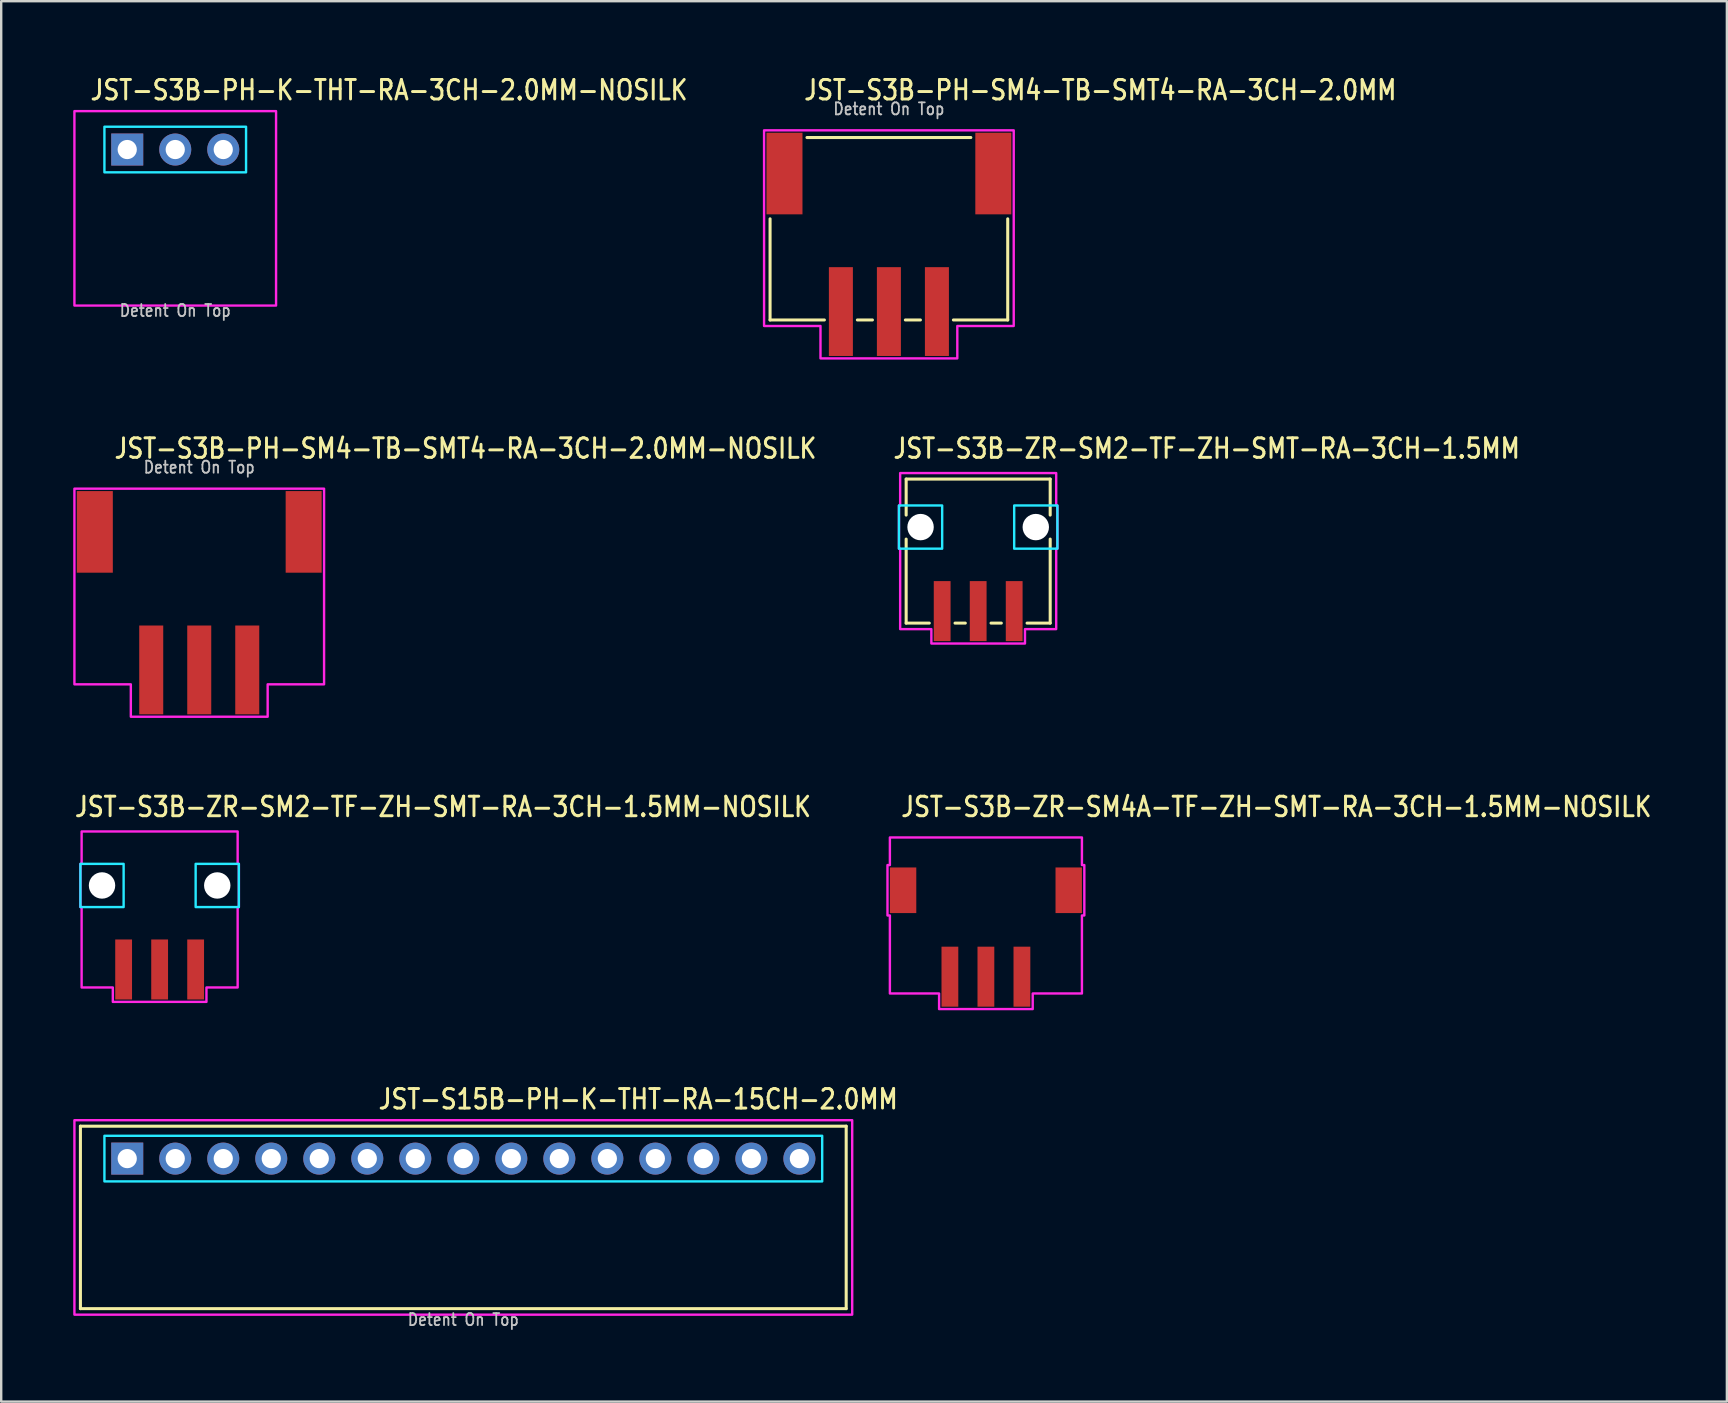
<source format=kicad_pcb>
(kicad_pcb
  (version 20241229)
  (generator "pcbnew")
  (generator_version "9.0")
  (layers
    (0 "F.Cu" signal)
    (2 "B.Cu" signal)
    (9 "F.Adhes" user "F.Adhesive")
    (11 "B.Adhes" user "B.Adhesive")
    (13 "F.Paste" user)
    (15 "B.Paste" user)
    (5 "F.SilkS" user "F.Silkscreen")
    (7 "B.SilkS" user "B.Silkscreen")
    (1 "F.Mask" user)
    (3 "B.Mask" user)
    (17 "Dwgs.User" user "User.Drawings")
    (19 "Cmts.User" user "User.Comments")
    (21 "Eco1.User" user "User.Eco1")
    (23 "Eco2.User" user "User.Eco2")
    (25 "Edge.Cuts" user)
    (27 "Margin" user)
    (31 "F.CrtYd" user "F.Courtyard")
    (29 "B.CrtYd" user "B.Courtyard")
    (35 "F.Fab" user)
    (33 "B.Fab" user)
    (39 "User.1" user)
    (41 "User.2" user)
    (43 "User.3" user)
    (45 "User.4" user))
  (footprint "JST-S15B-PH-K-THT-RA-15CH-2.0MM"
    (layer "F.Cu")
    (at 16.25 45.214)
    (property "Reference" "JST-S15B-PH-K-THT-RA-15CH-2.0MM" (at -3.6 -2 0) (unlocked yes) (layer "F.SilkS") (effects (font (size 0.813 0.695) (thickness 0.122)) (justify left bottom)))
    (fp_line (start -15.95 -1.35) (end 15.95 -1.35) (stroke (width 0.127) (type solid)) (layer "F.SilkS"))
    (fp_line (start -15.95 6.25) (end -15.95 -1.35) (stroke (width 0.127) (type solid)) (layer "F.SilkS"))
    (fp_line (start -15.95 6.25) (end 15.95 6.25) (stroke (width 0.127) (type solid)) (layer "F.SilkS"))
    (fp_line (start 15.95 -1.35) (end 15.95 6.25) (stroke (width 0.127) (type solid)) (layer "F.SilkS"))
    (fp_poly (pts (xy -14.95 -0.95) (xy -14.95 0.95) (xy 14.95 0.95) (xy 14.95 -0.95)) (stroke (width 0.1) (type solid)) (fill no) (layer "B.CrtYd"))
    (fp_poly (pts (xy -16.2 -1.6) (xy -16.2 6.5) (xy 16.2 6.5) (xy 16.2 -1.6)) (stroke (width 0.1) (type solid)) (fill no) (layer "F.CrtYd"))
    (fp_text user "Detent On Top" (at 0 7 0) (unlocked yes) (layer "Dwgs.User") (effects (font (size 0.5 0.427) (thickness 0.075)) (justify bottom)))
    (pad "1" thru_hole rect (at -14 0) (size 1.333 1.333) (drill 0.8) (layers "*.Cu" "*.Mask"))
    (pad "2" thru_hole oval (at -12 0) (size 1.333 1.333) (drill 0.8) (layers "*.Cu" "*.Mask"))
    (pad "3" thru_hole oval (at -10 0) (size 1.333 1.333) (drill 0.8) (layers "*.Cu" "*.Mask"))
    (pad "4" thru_hole oval (at -8 0) (size 1.333 1.333) (drill 0.8) (layers "*.Cu" "*.Mask"))
    (pad "5" thru_hole oval (at -6 0) (size 1.333 1.333) (drill 0.8) (layers "*.Cu" "*.Mask"))
    (pad "6" thru_hole oval (at -4 0) (size 1.333 1.333) (drill 0.8) (layers "*.Cu" "*.Mask"))
    (pad "7" thru_hole oval (at -2 0) (size 1.333 1.333) (drill 0.8) (layers "*.Cu" "*.Mask"))
    (pad "8" thru_hole oval (at 0 0) (size 1.333 1.333) (drill 0.8) (layers "*.Cu" "*.Mask"))
    (pad "9" thru_hole oval (at 2 0) (size 1.333 1.333) (drill 0.8) (layers "*.Cu" "*.Mask"))
    (pad "10" thru_hole oval (at 4 0) (size 1.333 1.333) (drill 0.8) (layers "*.Cu" "*.Mask"))
    (pad "11" thru_hole oval (at 6 0) (size 1.333 1.333) (drill 0.8) (layers "*.Cu" "*.Mask"))
    (pad "12" thru_hole oval (at 8 0) (size 1.333 1.333) (drill 0.8) (layers "*.Cu" "*.Mask"))
    (pad "13" thru_hole oval (at 10 0) (size 1.333 1.333) (drill 0.8) (layers "*.Cu" "*.Mask"))
    (pad "14" thru_hole oval (at 12 0) (size 1.333 1.333) (drill 0.8) (layers "*.Cu" "*.Mask"))
    (pad "15" thru_hole oval (at 14 0) (size 1.333 1.333) (drill 0.8) (layers "*.Cu" "*.Mask")))
  (footprint "JST-S3B-PH-SM4-TB-SMT4-RA-3CH-2.0MM-NOSILK"
    (layer "F.Cu")
    (at 5.25 19.107)
    (property "Reference" "JST-S3B-PH-SM4-TB-SMT4-RA-3CH-2.0MM-NOSILK" (at -3.6 -3 0) (unlocked yes) (layer "F.SilkS") (effects (font (size 0.813 0.695) (thickness 0.122)) (justify left bottom)))
    (fp_poly (pts (xy -5.2 -1.8) (xy -5.2 6.35) (xy -2.85 6.35) (xy -2.85 7.7) (xy 2.85 7.7) (xy 2.85 6.35) (xy 5.2 6.35) (xy 5.2 -1.8)) (stroke (width 0.1) (type solid)) (fill no) (layer "F.CrtYd"))
    (fp_text user "Detent On Top" (at 0 -2.4 0) (unlocked yes) (layer "Dwgs.User") (effects (font (size 0.5 0.427) (thickness 0.075)) (justify bottom)))
    (pad "1" smd rect (at 2 5.75) (size 1 3.7) (layers "F.Cu" "F.Mask" "F.Paste"))
    (pad "2" smd rect (at 0 5.75) (size 1 3.7) (layers "F.Cu" "F.Mask" "F.Paste"))
    (pad "3" smd rect (at -2 5.75) (size 1 3.7) (layers "F.Cu" "F.Mask" "F.Paste"))
    (pad "S_1" smd rect (at -4.35 0) (size 1.5 3.4) (layers "F.Cu" "F.Mask" "F.Paste"))
    (pad "S_2" smd rect (at 4.35 0) (size 1.5 3.4) (layers "F.Cu" "F.Mask" "F.Paste")))
  (footprint "JST-S3B-ZR-SM2-TF-ZH-SMT-RA-3CH-1.5MM-NOSILK"
    (layer "F.Cu")
    (at 3.6 33.836)
    (property "Reference" "JST-S3B-ZR-SM2-TF-ZH-SMT-RA-3CH-1.5MM-NOSILK" (at -3.6 -2.8 0) (unlocked yes) (layer "F.SilkS") (effects (font (size 0.813 0.695) (thickness 0.122)) (justify left bottom)))
    (fp_poly (pts (xy -3.3 -0.9) (xy -3.3 0.9) (xy -1.5 0.9) (xy -1.5 -0.9)) (stroke (width 0.1) (type solid)) (fill no) (layer "B.CrtYd"))
    (fp_poly (pts (xy 3.3 -0.9) (xy 3.3 0.9) (xy 1.5 0.9) (xy 1.5 -0.9)) (stroke (width 0.1) (type solid)) (fill no) (layer "B.CrtYd"))
    (fp_poly (pts (xy -3.25 -2.25) (xy -3.25 -0.9) (xy -3.3 -0.9) (xy -3.3 0.9) (xy -3.25 0.9) (xy -3.25 4.25) (xy -1.95 4.25) (xy -1.95 4.85) (xy 1.95 4.85) (xy 1.95 4.25) (xy 3.25 4.25) (xy 3.25 0.9) (xy 3.3 0.9) (xy 3.3 -0.9) (xy 3.25 -0.9) (xy 3.25 -2.25)) (stroke (width 0.1) (type solid)) (fill no) (layer "F.CrtYd"))
    (pad "" np_thru_hole circle (at -2.4 0) (size 1.1 1.1) (drill 1.1) (layers "*.Cu" "*.Mask"))
    (pad "" np_thru_hole circle (at 2.4 0) (size 1.1 1.1) (drill 1.1) (layers "*.Cu" "*.Mask"))
    (pad "1" smd rect (at 1.5 3.5) (size 0.7 2.5) (layers "F.Cu" "F.Mask" "F.Paste"))
    (pad "2" smd rect (at 0 3.5) (size 0.7 2.5) (layers "F.Cu" "F.Mask" "F.Paste"))
    (pad "3" smd rect (at -1.5 3.5) (size 0.7 2.5) (layers "F.Cu" "F.Mask" "F.Paste")))
  (footprint "JST-S3B-PH-SM4-TB-SMT4-RA-3CH-2.0MM"
    (layer "F.Cu")
    (at 33.979 4.179)
    (property "Reference" "JST-S3B-PH-SM4-TB-SMT4-RA-3CH-2.0MM" (at -3.6 -3 0) (unlocked yes) (layer "F.SilkS") (effects (font (size 0.813 0.695) (thickness 0.122)) (justify left bottom)))
    (fp_line (start -4.95 6.1) (end -4.95 1.887) (stroke (width 0.127) (type solid)) (layer "F.SilkS"))
    (fp_line (start -4.95 6.1) (end -2.687 6.1) (stroke (width 0.127) (type solid)) (layer "F.SilkS"))
    (fp_line (start -3.413 -1.5) (end 3.413 -1.5) (stroke (width 0.127) (type solid)) (layer "F.SilkS"))
    (fp_line (start -1.313 6.1) (end -0.686 6.1) (stroke (width 0.127) (type solid)) (layer "F.SilkS"))
    (fp_line (start 0.686 6.1) (end 1.313 6.1) (stroke (width 0.127) (type solid)) (layer "F.SilkS"))
    (fp_line (start 2.687 6.1) (end 4.95 6.1) (stroke (width 0.127) (type solid)) (layer "F.SilkS"))
    (fp_line (start 4.95 1.887) (end 4.95 6.1) (stroke (width 0.127) (type solid)) (layer "F.SilkS"))
    (fp_poly (pts (xy -5.2 -1.8) (xy -5.2 6.35) (xy -2.85 6.35) (xy -2.85 7.7) (xy 2.85 7.7) (xy 2.85 6.35) (xy 5.2 6.35) (xy 5.2 -1.8)) (stroke (width 0.1) (type solid)) (fill no) (layer "F.CrtYd"))
    (fp_text user "Detent On Top" (at 0 -2.4 0) (unlocked yes) (layer "Dwgs.User") (effects (font (size 0.5 0.427) (thickness 0.075)) (justify bottom)))
    (pad "1" smd rect (at 2 5.75) (size 1 3.7) (layers "F.Cu" "F.Mask" "F.Paste"))
    (pad "2" smd rect (at 0 5.75) (size 1 3.7) (layers "F.Cu" "F.Mask" "F.Paste"))
    (pad "3" smd rect (at -2 5.75) (size 1 3.7) (layers "F.Cu" "F.Mask" "F.Paste"))
    (pad "S_1" smd rect (at -4.35 0) (size 1.5 3.4) (layers "F.Cu" "F.Mask" "F.Paste"))
    (pad "S_2" smd rect (at 4.35 0) (size 1.5 3.4) (layers "F.Cu" "F.Mask" "F.Paste")))
  (footprint "JST-S3B-ZR-SM4A-TF-ZH-SMT-RA-3CH-1.5MM-NOSILK"
    (layer "F.Cu")
    (at 38.02 34.036)
    (property "Reference" "JST-S3B-ZR-SM4A-TF-ZH-SMT-RA-3CH-1.5MM-NOSILK" (at -3.6 -3 0) (unlocked yes) (layer "F.SilkS") (effects (font (size 0.813 0.695) (thickness 0.122)) (justify left bottom)))
    (fp_poly (pts (xy -4 -2.2) (xy -4 -1.05) (xy -4.1 -1.05) (xy -4.1 1.05) (xy -4 1.05) (xy -4 4.3) (xy -1.95 4.3) (xy -1.95 4.95) (xy 1.95 4.95) (xy 1.95 4.3) (xy 4 4.3) (xy 4 1.05) (xy 4.1 1.05) (xy 4.1 -1.05) (xy 4 -1.05) (xy 4 -2.2)) (stroke (width 0.1) (type solid)) (fill no) (layer "F.CrtYd"))
    (pad "1" smd rect (at 1.5 3.6) (size 0.7 2.5) (layers "F.Cu" "F.Mask" "F.Paste"))
    (pad "2" smd rect (at 0 3.6) (size 0.7 2.5) (layers "F.Cu" "F.Mask" "F.Paste"))
    (pad "3" smd rect (at -1.5 3.6) (size 0.7 2.5) (layers "F.Cu" "F.Mask" "F.Paste"))
    (pad "S_1" smd rect (at -3.45 0) (size 1.1 1.9) (layers "F.Cu" "F.Mask" "F.Paste"))
    (pad "S_2" smd rect (at 3.45 0) (size 1.1 1.9) (layers "F.Cu" "F.Mask" "F.Paste")))
  (footprint "JST-S3B-ZR-SM2-TF-ZH-SMT-RA-3CH-1.5MM"
    (layer "F.Cu")
    (at 37.698 18.907)
    (property "Reference" "JST-S3B-ZR-SM2-TF-ZH-SMT-RA-3CH-1.5MM" (at -3.6 -2.8 0) (unlocked yes) (layer "F.SilkS") (effects (font (size 0.813 0.695) (thickness 0.122)) (justify left bottom)))
    (fp_line (start -3 -2) (end -3 -0.5) (stroke (width 0.127) (type solid)) (layer "F.SilkS"))
    (fp_line (start -3 -2) (end 3 -2) (stroke (width 0.127) (type solid)) (layer "F.SilkS"))
    (fp_line (start -3 4) (end -3 0.5) (stroke (width 0.127) (type solid)) (layer "F.SilkS"))
    (fp_line (start -3 4) (end -2.037 4) (stroke (width 0.127) (type solid)) (layer "F.SilkS"))
    (fp_line (start -0.964 4) (end -0.536 4) (stroke (width 0.127) (type solid)) (layer "F.SilkS"))
    (fp_line (start 0.536 4) (end 0.964 4) (stroke (width 0.127) (type solid)) (layer "F.SilkS"))
    (fp_line (start 2.037 4) (end 3 4) (stroke (width 0.127) (type solid)) (layer "F.SilkS"))
    (fp_line (start 3 -0.5) (end 3 -2) (stroke (width 0.127) (type solid)) (layer "F.SilkS"))
    (fp_line (start 3 0.5) (end 3 4) (stroke (width 0.127) (type solid)) (layer "F.SilkS"))
    (fp_poly (pts (xy -3.3 -0.9) (xy -3.3 0.9) (xy -1.5 0.9) (xy -1.5 -0.9)) (stroke (width 0.1) (type solid)) (fill no) (layer "B.CrtYd"))
    (fp_poly (pts (xy 3.3 -0.9) (xy 3.3 0.9) (xy 1.5 0.9) (xy 1.5 -0.9)) (stroke (width 0.1) (type solid)) (fill no) (layer "B.CrtYd"))
    (fp_poly (pts (xy -3.25 -2.25) (xy -3.25 -0.9) (xy -3.3 -0.9) (xy -3.3 0.9) (xy -3.25 0.9) (xy -3.25 4.25) (xy -1.95 4.25) (xy -1.95 4.85) (xy 1.95 4.85) (xy 1.95 4.25) (xy 3.25 4.25) (xy 3.25 0.9) (xy 3.3 0.9) (xy 3.3 -0.9) (xy 3.25 -0.9) (xy 3.25 -2.25)) (stroke (width 0.1) (type solid)) (fill no) (layer "F.CrtYd"))
    (pad "" np_thru_hole circle (at -2.4 0) (size 1.1 1.1) (drill 1.1) (layers "*.Cu" "*.Mask"))
    (pad "" np_thru_hole circle (at 2.4 0) (size 1.1 1.1) (drill 1.1) (layers "*.Cu" "*.Mask"))
    (pad "1" smd rect (at 1.5 3.5) (size 0.7 2.5) (layers "F.Cu" "F.Mask" "F.Paste"))
    (pad "2" smd rect (at 0 3.5) (size 0.7 2.5) (layers "F.Cu" "F.Mask" "F.Paste"))
    (pad "3" smd rect (at -1.5 3.5) (size 0.7 2.5) (layers "F.Cu" "F.Mask" "F.Paste")))
  (footprint "JST-S3B-PH-K-THT-RA-3CH-2.0MM-NOSILK"
    (layer "F.Cu")
    (at 4.25 3.179)
    (property "Reference" "JST-S3B-PH-K-THT-RA-3CH-2.0MM-NOSILK" (at -3.6 -2 0) (unlocked yes) (layer "F.SilkS") (effects (font (size 0.813 0.695) (thickness 0.122)) (justify left bottom)))
    (fp_poly (pts (xy -2.95 -0.95) (xy -2.95 0.95) (xy 2.95 0.95) (xy 2.95 -0.95)) (stroke (width 0.1) (type solid)) (fill no) (layer "B.CrtYd"))
    (fp_poly (pts (xy -4.2 -1.6) (xy -4.2 6.5) (xy 4.2 6.5) (xy 4.2 -1.6)) (stroke (width 0.1) (type solid)) (fill no) (layer "F.CrtYd"))
    (fp_text user "Detent On Top" (at 0 7 0) (unlocked yes) (layer "Dwgs.User") (effects (font (size 0.5 0.427) (thickness 0.075)) (justify bottom)))
    (pad "1" thru_hole rect (at -2 0) (size 1.333 1.333) (drill 0.8) (layers "*.Cu" "*.Mask"))
    (pad "2" thru_hole oval (at 0 0) (size 1.333 1.333) (drill 0.8) (layers "*.Cu" "*.Mask"))
    (pad "3" thru_hole oval (at 2 0) (size 1.333 1.333) (drill 0.8) (layers "*.Cu" "*.Mask")))
  (gr_rect
    (start -3 -3)
    (end 68.887 55.337)
    (stroke (width 0.1) (type default))
    (fill no)
    (layer "Edge.Cuts")))
</source>
